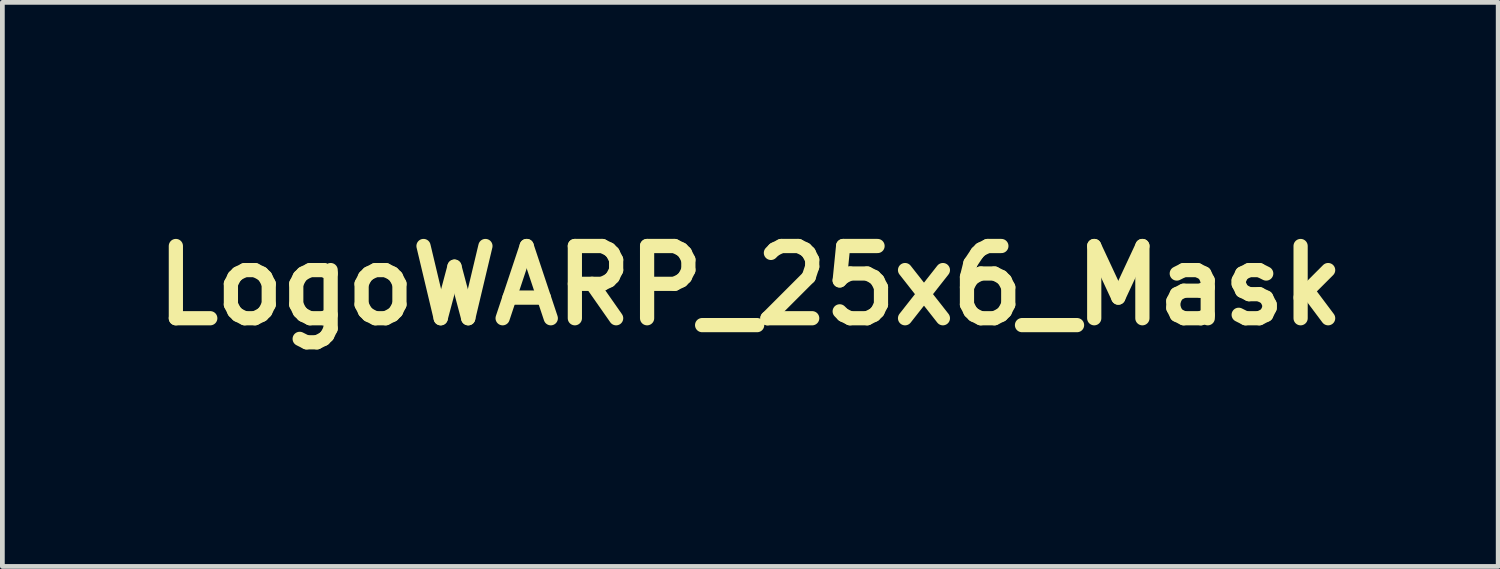
<source format=kicad_pcb>
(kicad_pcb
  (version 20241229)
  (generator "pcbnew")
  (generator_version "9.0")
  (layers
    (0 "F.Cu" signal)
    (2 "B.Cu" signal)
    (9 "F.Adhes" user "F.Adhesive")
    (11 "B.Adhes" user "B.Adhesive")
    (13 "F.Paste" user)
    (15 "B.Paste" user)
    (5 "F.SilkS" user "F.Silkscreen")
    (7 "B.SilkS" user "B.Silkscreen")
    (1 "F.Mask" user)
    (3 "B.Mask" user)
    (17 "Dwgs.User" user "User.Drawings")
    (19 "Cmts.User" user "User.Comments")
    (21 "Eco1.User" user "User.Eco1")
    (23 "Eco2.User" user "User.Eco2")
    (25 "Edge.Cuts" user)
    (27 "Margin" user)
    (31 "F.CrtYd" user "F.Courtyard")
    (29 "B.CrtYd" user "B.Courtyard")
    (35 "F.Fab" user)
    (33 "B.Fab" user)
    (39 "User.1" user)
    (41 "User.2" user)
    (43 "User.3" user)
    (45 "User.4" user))
  (footprint "LogoWARP_25x6_Mask"
    (layer "F.Cu")
    (at 12.78 2.975)
    (property "Reference" "LogoWARP_25x6_Mask" (at 0 0 0) (layer "F.SilkS") (effects (font (size 1.524 1.524) (thickness 0.3))))
    (attr smd)
    (fp_poly (pts (xy -5.426 1.81) (xy -5.413 1.81) (xy -5.37 1.815) (xy -5.347 1.829) (xy -5.346 1.829) (xy -5.344 1.846) (xy -5.341 1.886) (xy -5.339 1.948) (xy -5.337 2.028) (xy -5.336 2.126) (xy -5.335 2.238) (xy -5.334 2.363) (xy -5.334 2.384) (xy -5.334 2.921) (xy -5.512 2.921) (xy -5.512 2.375) (xy -5.512 2.24) (xy -5.512 2.128) (xy -5.512 2.038) (xy -5.51 1.966) (xy -5.508 1.911) (xy -5.504 1.871) (xy -5.498 1.843) (xy -5.49 1.824) (xy -5.479 1.814) (xy -5.465 1.81) (xy -5.447 1.809) (xy -5.426 1.81)) (stroke (width 0.01) (type solid)) (fill yes) (layer "F.Mask"))
    (fp_poly (pts (xy 4.385 1.807) (xy 4.4 1.807) (xy 4.509 1.808) (xy 4.596 1.809) (xy 4.662 1.811) (xy 4.711 1.814) (xy 4.746 1.819) (xy 4.768 1.826) (xy 4.78 1.837) (xy 4.786 1.85) (xy 4.787 1.868) (xy 4.788 1.886) (xy 4.785 1.924) (xy 4.78 1.953) (xy 4.772 1.981) (xy 4.153 1.981) (xy 4.153 2.4) (xy 4.61 2.4) (xy 4.61 2.578) (xy 4.153 2.578) (xy 4.153 2.921) (xy 3.975 2.921) (xy 3.975 1.828) (xy 4.006 1.816) (xy 4.026 1.813) (xy 4.069 1.811) (xy 4.129 1.809) (xy 4.205 1.808) (xy 4.291 1.807) (xy 4.385 1.807)) (stroke (width 0.01) (type solid)) (fill yes) (layer "F.Mask"))
    (fp_poly (pts (xy 5.852 -0.581) (xy 5.896 -0.576) (xy 5.932 -0.567) (xy 5.949 -0.559) (xy 5.952 -0.543) (xy 5.955 -0.506) (xy 5.958 -0.451) (xy 5.961 -0.382) (xy 5.964 -0.302) (xy 5.966 -0.216) (xy 5.967 -0.127) (xy 5.968 -0.039) (xy 5.969 0.045) (xy 5.969 0.121) (xy 5.968 0.184) (xy 5.966 0.232) (xy 5.964 0.26) (xy 5.963 0.263) (xy 5.957 0.278) (xy 5.946 0.287) (xy 5.923 0.291) (xy 5.882 0.292) (xy 5.861 0.292) (xy 5.811 0.291) (xy 5.78 0.287) (xy 5.763 0.279) (xy 5.754 0.268) (xy 5.75 0.247) (xy 5.746 0.203) (xy 5.744 0.136) (xy 5.742 0.048) (xy 5.741 -0.06) (xy 5.74 -0.164) (xy 5.74 -0.571) (xy 5.773 -0.579) (xy 5.808 -0.583) (xy 5.852 -0.581)) (stroke (width 0.01) (type solid)) (fill yes) (layer "F.Mask"))
    (fp_poly (pts (xy -7.032 -2.953) (xy -7.014 -2.944) (xy -7.012 -2.942) (xy -7.01 -2.932) (xy -7.007 -2.908) (xy -7.005 -2.87) (xy -7.004 -2.815) (xy -7.002 -2.743) (xy -7.001 -2.653) (xy -7.001 -2.543) (xy -7 -2.413) (xy -7 -2.262) (xy -7 -2.088) (xy -7 -1.891) (xy -7.001 -1.753) (xy -7.001 -1.554) (xy -7.002 -1.379) (xy -7.002 -1.226) (xy -7.003 -1.094) (xy -7.004 -0.982) (xy -7.005 -0.887) (xy -7.005 -0.808) (xy -7.007 -0.744) (xy -7.008 -0.693) (xy -7.01 -0.653) (xy -7.012 -0.624) (xy -7.014 -0.603) (xy -7.017 -0.589) (xy -7.02 -0.581) (xy -7.023 -0.576) (xy -7.027 -0.574) (xy -7.029 -0.573) (xy -7.055 -0.569) (xy -7.096 -0.568) (xy -7.141 -0.569) (xy -7.226 -0.573) (xy -7.223 -1.763) (xy -7.22 -2.953) (xy -7.123 -2.956) (xy -7.068 -2.957) (xy -7.032 -2.953)) (stroke (width 0.01) (type solid)) (fill yes) (layer "F.Mask"))
    (fp_poly (pts (xy -6.998 1.803) (xy -6.906 1.803) (xy -6.821 1.805) (xy -6.746 1.806) (xy -6.685 1.809) (xy -6.641 1.812) (xy -6.617 1.816) (xy -6.616 1.817) (xy -6.599 1.833) (xy -6.592 1.864) (xy -6.591 1.885) (xy -6.591 1.921) (xy -6.594 1.946) (xy -6.603 1.963) (xy -6.622 1.973) (xy -6.655 1.979) (xy -6.705 1.981) (xy -6.775 1.981) (xy -6.802 1.981) (xy -6.998 1.981) (xy -6.998 2.921) (xy -7.163 2.921) (xy -7.163 1.981) (xy -7.352 1.981) (xy -7.426 1.981) (xy -7.479 1.98) (xy -7.514 1.977) (xy -7.535 1.972) (xy -7.546 1.966) (xy -7.549 1.961) (xy -7.555 1.929) (xy -7.556 1.888) (xy -7.552 1.849) (xy -7.544 1.822) (xy -7.541 1.819) (xy -7.525 1.815) (xy -7.487 1.811) (xy -7.43 1.808) (xy -7.359 1.806) (xy -7.277 1.804) (xy -7.187 1.803) (xy -7.093 1.803) (xy -6.998 1.803)) (stroke (width 0.01) (type solid)) (fill yes) (layer "F.Mask"))
    (fp_poly (pts (xy 0.58 1.803) (xy 0.657 1.805) (xy 0.722 1.807) (xy 0.774 1.81) (xy 0.806 1.814) (xy 0.814 1.817) (xy 0.83 1.832) (xy 0.837 1.86) (xy 0.838 1.89) (xy 0.835 1.929) (xy 0.828 1.959) (xy 0.823 1.966) (xy 0.809 1.971) (xy 0.778 1.975) (xy 0.729 1.978) (xy 0.658 1.98) (xy 0.566 1.981) (xy 0.505 1.981) (xy 0.203 1.981) (xy 0.203 2.4) (xy 0.66 2.4) (xy 0.66 2.565) (xy 0.464 2.565) (xy 0.394 2.566) (xy 0.33 2.568) (xy 0.278 2.572) (xy 0.244 2.576) (xy 0.236 2.578) (xy 0.218 2.586) (xy 0.208 2.6) (xy 0.204 2.625) (xy 0.203 2.668) (xy 0.203 2.673) (xy 0.203 2.756) (xy 0.826 2.756) (xy 0.826 2.921) (xy 0.029 2.921) (xy 0.035 2.378) (xy 0.036 2.245) (xy 0.038 2.135) (xy 0.04 2.046) (xy 0.041 1.975) (xy 0.043 1.921) (xy 0.046 1.881) (xy 0.049 1.853) (xy 0.052 1.835) (xy 0.057 1.824) (xy 0.061 1.819) (xy 0.079 1.815) (xy 0.119 1.811) (xy 0.176 1.808) (xy 0.246 1.805) (xy 0.326 1.804) (xy 0.41 1.803) (xy 0.497 1.803) (xy 0.58 1.803)) (stroke (width 0.01) (type solid)) (fill yes) (layer "F.Mask"))
    (fp_poly (pts (xy -9.812 -2.957) (xy -9.768 -2.951) (xy -9.734 -2.941) (xy -9.723 -2.935) (xy -9.72 -2.93) (xy -9.717 -2.922) (xy -9.714 -2.907) (xy -9.712 -2.886) (xy -9.71 -2.856) (xy -9.708 -2.816) (xy -9.707 -2.765) (xy -9.706 -2.7) (xy -9.705 -2.62) (xy -9.705 -2.525) (xy -9.705 -2.411) (xy -9.705 -2.279) (xy -9.705 -2.125) (xy -9.705 -1.949) (xy -9.706 -1.749) (xy -9.706 -1.748) (xy -9.709 -0.578) (xy -9.798 -0.575) (xy -9.845 -0.575) (xy -9.884 -0.578) (xy -9.906 -0.584) (xy -9.906 -0.584) (xy -9.909 -0.588) (xy -9.912 -0.598) (xy -9.915 -0.615) (xy -9.917 -0.64) (xy -9.919 -0.676) (xy -9.921 -0.723) (xy -9.922 -0.782) (xy -9.923 -0.857) (xy -9.924 -0.947) (xy -9.925 -1.054) (xy -9.926 -1.181) (xy -9.927 -1.327) (xy -9.928 -1.496) (xy -9.928 -1.688) (xy -9.928 -1.76) (xy -9.929 -1.968) (xy -9.929 -2.152) (xy -9.929 -2.314) (xy -9.929 -2.453) (xy -9.929 -2.572) (xy -9.928 -2.672) (xy -9.927 -2.754) (xy -9.926 -2.82) (xy -9.924 -2.87) (xy -9.922 -2.907) (xy -9.92 -2.93) (xy -9.917 -2.942) (xy -9.916 -2.943) (xy -9.895 -2.953) (xy -9.857 -2.957) (xy -9.812 -2.957)) (stroke (width 0.01) (type solid)) (fill yes) (layer "F.Mask"))
    (fp_poly (pts (xy 9.95 -2.959) (xy 10.251 -2.959) (xy 10.529 -2.959) (xy 10.783 -2.959) (xy 11.016 -2.958) (xy 11.227 -2.958) (xy 11.418 -2.958) (xy 11.59 -2.957) (xy 11.743 -2.956) (xy 11.878 -2.956) (xy 11.997 -2.955) (xy 12.099 -2.954) (xy 12.186 -2.953) (xy 12.258 -2.952) (xy 12.317 -2.951) (xy 12.363 -2.949) (xy 12.398 -2.948) (xy 12.421 -2.946) (xy 12.434 -2.944) (xy 12.437 -2.943) (xy 12.442 -2.939) (xy 12.445 -2.931) (xy 12.448 -2.917) (xy 12.451 -2.897) (xy 12.453 -2.867) (xy 12.454 -2.827) (xy 12.456 -2.774) (xy 12.456 -2.707) (xy 12.457 -2.624) (xy 12.457 -2.523) (xy 12.457 -2.401) (xy 12.456 -2.259) (xy 12.456 -2.092) (xy 12.456 -2.076) (xy 12.452 -1.226) (xy 7.055 -1.213) (xy 7.055 -0.476) (xy 7.055 -0.342) (xy 7.054 -0.214) (xy 7.053 -0.097) (xy 7.052 0.009) (xy 7.051 0.1) (xy 7.05 0.175) (xy 7.048 0.231) (xy 7.046 0.265) (xy 7.045 0.276) (xy 7.025 0.286) (xy 6.98 0.291) (xy 6.933 0.292) (xy 6.833 0.292) (xy 6.833 -1.448) (xy 12.217 -1.448) (xy 12.217 -2.731) (xy 6.833 -2.731) (xy 6.833 -2.959) (xy 9.624 -2.959) (xy 9.95 -2.959)) (stroke (width 0.01) (type solid)) (fill yes) (layer "F.Mask"))
    (fp_poly (pts (xy -3.175 1.809) (xy -3.175 2.365) (xy -3.175 2.516) (xy -3.176 2.642) (xy -3.177 2.744) (xy -3.179 2.822) (xy -3.182 2.877) (xy -3.185 2.91) (xy -3.188 2.921) (xy -3.188 2.921) (xy -3.2 2.912) (xy -3.228 2.888) (xy -3.27 2.85) (xy -3.325 2.799) (xy -3.389 2.739) (xy -3.462 2.67) (xy -3.541 2.594) (xy -3.571 2.565) (xy -3.651 2.488) (xy -3.726 2.416) (xy -3.794 2.353) (xy -3.852 2.298) (xy -3.898 2.255) (xy -3.931 2.226) (xy -3.949 2.211) (xy -3.951 2.21) (xy -3.954 2.222) (xy -3.957 2.257) (xy -3.959 2.312) (xy -3.961 2.385) (xy -3.962 2.472) (xy -3.962 2.565) (xy -3.962 2.921) (xy -4.128 2.921) (xy -4.128 2.376) (xy -4.127 2.26) (xy -4.127 2.153) (xy -4.126 2.057) (xy -4.124 1.974) (xy -4.123 1.906) (xy -4.121 1.857) (xy -4.119 1.83) (xy -4.118 1.825) (xy -4.107 1.832) (xy -4.08 1.855) (xy -4.038 1.892) (xy -3.984 1.941) (xy -3.92 2.001) (xy -3.847 2.069) (xy -3.767 2.145) (xy -3.727 2.182) (xy -3.346 2.546) (xy -3.343 2.192) (xy -3.342 2.079) (xy -3.339 1.985) (xy -3.336 1.911) (xy -3.333 1.857) (xy -3.329 1.827) (xy -3.326 1.821) (xy -3.305 1.812) (xy -3.265 1.807) (xy -3.244 1.807) (xy -3.175 1.809)) (stroke (width 0.01) (type solid)) (fill yes) (layer "F.Mask"))
    (fp_poly (pts (xy 12.317 1.805) (xy 12.411 1.806) (xy 12.488 1.808) (xy 12.545 1.811) (xy 12.579 1.815) (xy 12.588 1.817) (xy 12.602 1.829) (xy 12.609 1.85) (xy 12.609 1.886) (xy 12.609 1.903) (xy 12.605 1.975) (xy 12.297 1.978) (xy 11.989 1.982) (xy 11.989 2.4) (xy 12.197 2.4) (xy 12.269 2.401) (xy 12.332 2.402) (xy 12.383 2.404) (xy 12.416 2.406) (xy 12.426 2.408) (xy 12.438 2.419) (xy 12.444 2.444) (xy 12.446 2.488) (xy 12.446 2.497) (xy 12.446 2.578) (xy 12.226 2.578) (xy 12.135 2.579) (xy 12.067 2.581) (xy 12.022 2.585) (xy 11.996 2.59) (xy 11.991 2.593) (xy 11.983 2.614) (xy 11.977 2.65) (xy 11.976 2.682) (xy 11.976 2.756) (xy 12.274 2.756) (xy 12.359 2.756) (xy 12.436 2.757) (xy 12.502 2.758) (xy 12.552 2.76) (xy 12.583 2.762) (xy 12.591 2.764) (xy 12.603 2.775) (xy 12.609 2.802) (xy 12.611 2.846) (xy 12.611 2.921) (xy 11.798 2.921) (xy 11.798 2.388) (xy 11.798 2.257) (xy 11.799 2.15) (xy 11.799 2.063) (xy 11.8 1.994) (xy 11.801 1.942) (xy 11.803 1.903) (xy 11.806 1.875) (xy 11.809 1.856) (xy 11.813 1.843) (xy 11.818 1.835) (xy 11.823 1.829) (xy 11.832 1.822) (xy 11.843 1.816) (xy 11.86 1.812) (xy 11.885 1.809) (xy 11.922 1.807) (xy 11.974 1.805) (xy 12.043 1.805) (xy 12.132 1.804) (xy 12.206 1.804) (xy 12.317 1.805)) (stroke (width 0.01) (type solid)) (fill yes) (layer "F.Mask"))
    (fp_poly (pts (xy 6.285 1.818) (xy 6.394 1.833) (xy 6.49 1.867) (xy 6.579 1.923) (xy 6.643 1.98) (xy 6.716 2.065) (xy 6.765 2.152) (xy 6.794 2.249) (xy 6.805 2.343) (xy 6.798 2.466) (xy 6.769 2.579) (xy 6.718 2.68) (xy 6.645 2.767) (xy 6.551 2.841) (xy 6.475 2.883) (xy 6.438 2.9) (xy 6.406 2.91) (xy 6.373 2.917) (xy 6.331 2.92) (xy 6.273 2.921) (xy 6.247 2.921) (xy 6.183 2.921) (xy 6.137 2.919) (xy 6.102 2.914) (xy 6.072 2.905) (xy 6.038 2.89) (xy 6.012 2.877) (xy 5.909 2.813) (xy 5.826 2.735) (xy 5.761 2.644) (xy 5.717 2.546) (xy 5.693 2.441) (xy 5.692 2.392) (xy 5.87 2.392) (xy 5.884 2.487) (xy 5.918 2.57) (xy 5.974 2.644) (xy 5.983 2.653) (xy 6.053 2.705) (xy 6.136 2.74) (xy 6.226 2.755) (xy 6.319 2.75) (xy 6.391 2.731) (xy 6.472 2.69) (xy 6.536 2.633) (xy 6.587 2.557) (xy 6.592 2.548) (xy 6.624 2.456) (xy 6.633 2.361) (xy 6.62 2.268) (xy 6.585 2.181) (xy 6.539 2.116) (xy 6.468 2.053) (xy 6.386 2.011) (xy 6.298 1.99) (xy 6.207 1.989) (xy 6.118 2.01) (xy 6.034 2.052) (xy 5.975 2.101) (xy 5.92 2.167) (xy 5.886 2.237) (xy 5.87 2.317) (xy 5.87 2.392) (xy 5.692 2.392) (xy 5.69 2.334) (xy 5.709 2.227) (xy 5.75 2.122) (xy 5.813 2.024) (xy 5.842 1.99) (xy 5.928 1.914) (xy 6.027 1.859) (xy 6.137 1.827) (xy 6.259 1.818) (xy 6.285 1.818)) (stroke (width 0.01) (type solid)) (fill yes) (layer "F.Mask"))
    (fp_poly (pts (xy -9.755 1.805) (xy -9.741 1.81) (xy -9.741 1.811) (xy -9.747 1.823) (xy -9.766 1.854) (xy -9.794 1.901) (xy -9.831 1.961) (xy -9.874 2.032) (xy -9.923 2.11) (xy -9.936 2.131) (xy -9.987 2.214) (xy -10.035 2.291) (xy -10.078 2.36) (xy -10.113 2.418) (xy -10.139 2.461) (xy -10.154 2.487) (xy -10.155 2.489) (xy -10.164 2.512) (xy -10.171 2.542) (xy -10.177 2.584) (xy -10.18 2.641) (xy -10.183 2.719) (xy -10.183 2.727) (xy -10.188 2.921) (xy -10.36 2.921) (xy -10.359 2.74) (xy -10.359 2.661) (xy -10.362 2.603) (xy -10.366 2.56) (xy -10.373 2.529) (xy -10.38 2.511) (xy -10.392 2.487) (xy -10.416 2.445) (xy -10.449 2.389) (xy -10.489 2.321) (xy -10.536 2.245) (xy -10.583 2.168) (xy -10.643 2.072) (xy -10.69 1.995) (xy -10.727 1.935) (xy -10.754 1.89) (xy -10.773 1.858) (xy -10.785 1.835) (xy -10.792 1.821) (xy -10.795 1.812) (xy -10.795 1.809) (xy -10.783 1.805) (xy -10.753 1.804) (xy -10.71 1.806) (xy -10.704 1.807) (xy -10.65 1.812) (xy -10.616 1.821) (xy -10.596 1.834) (xy -10.593 1.838) (xy -10.58 1.856) (xy -10.557 1.892) (xy -10.525 1.942) (xy -10.486 2.004) (xy -10.443 2.073) (xy -10.427 2.099) (xy -10.384 2.168) (xy -10.345 2.229) (xy -10.313 2.279) (xy -10.29 2.316) (xy -10.276 2.334) (xy -10.274 2.336) (xy -10.266 2.326) (xy -10.246 2.297) (xy -10.217 2.253) (xy -10.18 2.196) (xy -10.137 2.129) (xy -10.105 2.078) (xy -9.942 1.819) (xy -9.884 1.811) (xy -9.833 1.806) (xy -9.788 1.804) (xy -9.755 1.805)) (stroke (width 0.01) (type solid)) (fill yes) (layer "F.Mask"))
    (fp_poly (pts (xy 4.869 -2.957) (xy 5.034 -2.957) (xy 5.181 -2.957) (xy 5.312 -2.956) (xy 5.427 -2.956) (xy 5.528 -2.955) (xy 5.615 -2.954) (xy 5.689 -2.954) (xy 5.752 -2.953) (xy 5.804 -2.952) (xy 5.846 -2.95) (xy 5.879 -2.949) (xy 5.905 -2.947) (xy 5.924 -2.946) (xy 5.937 -2.944) (xy 5.945 -2.942) (xy 5.949 -2.939) (xy 5.949 -2.939) (xy 5.953 -2.933) (xy 5.956 -2.922) (xy 5.959 -2.904) (xy 5.962 -2.878) (xy 5.964 -2.842) (xy 5.965 -2.794) (xy 5.967 -2.731) (xy 5.968 -2.653) (xy 5.968 -2.558) (xy 5.969 -2.443) (xy 5.969 -2.307) (xy 5.969 -2.148) (xy 5.969 -2.089) (xy 5.969 -1.946) (xy 5.969 -1.81) (xy 5.968 -1.683) (xy 5.967 -1.568) (xy 5.966 -1.467) (xy 5.965 -1.381) (xy 5.964 -1.314) (xy 5.963 -1.267) (xy 5.962 -1.242) (xy 5.961 -1.239) (xy 5.959 -1.237) (xy 5.953 -1.235) (xy 5.941 -1.233) (xy 5.925 -1.231) (xy 5.901 -1.229) (xy 5.869 -1.228) (xy 5.829 -1.227) (xy 5.779 -1.226) (xy 5.719 -1.224) (xy 5.646 -1.224) (xy 5.561 -1.223) (xy 5.462 -1.222) (xy 5.349 -1.221) (xy 5.22 -1.221) (xy 5.074 -1.22) (xy 4.91 -1.22) (xy 4.728 -1.22) (xy 4.526 -1.22) (xy 4.303 -1.219) (xy 4.059 -1.219) (xy 3.792 -1.219) (xy 3.502 -1.219) (xy 3.256 -1.219) (xy 0.559 -1.219) (xy 0.559 0.292) (xy 0.343 0.292) (xy 0.346 -0.575) (xy 0.349 -1.441) (xy 3.038 -1.445) (xy 5.728 -1.448) (xy 5.728 -2.718) (xy 0.349 -2.724) (xy 0.349 -2.953) (xy 3.139 -2.956) (xy 3.455 -2.956) (xy 3.746 -2.957) (xy 4.013 -2.957) (xy 4.258 -2.957) (xy 4.482 -2.957) (xy 4.685 -2.957) (xy 4.869 -2.957)) (stroke (width 0.01) (type solid)) (fill yes) (layer "F.Mask"))
    (fp_poly (pts (xy -1.858 1.81) (xy -1.827 1.821) (xy -1.822 1.825) (xy -1.815 1.837) (xy -1.81 1.859) (xy -1.806 1.895) (xy -1.804 1.948) (xy -1.803 2.022) (xy -1.803 2.06) (xy -1.803 2.276) (xy -1.725 2.208) (xy -1.688 2.174) (xy -1.64 2.126) (xy -1.586 2.07) (xy -1.53 2.011) (xy -1.507 1.985) (xy -1.44 1.913) (xy -1.388 1.861) (xy -1.349 1.829) (xy -1.328 1.818) (xy -1.301 1.812) (xy -1.262 1.809) (xy -1.218 1.807) (xy -1.176 1.807) (xy -1.145 1.809) (xy -1.131 1.813) (xy -1.13 1.813) (xy -1.136 1.824) (xy -1.155 1.847) (xy -1.187 1.884) (xy -1.234 1.936) (xy -1.297 2.004) (xy -1.354 2.067) (xy -1.413 2.131) (xy -1.455 2.18) (xy -1.482 2.219) (xy -1.496 2.25) (xy -1.498 2.277) (xy -1.489 2.304) (xy -1.471 2.333) (xy -1.469 2.337) (xy -1.454 2.36) (xy -1.428 2.4) (xy -1.394 2.453) (xy -1.354 2.517) (xy -1.31 2.586) (xy -1.266 2.658) (xy -1.223 2.727) (xy -1.183 2.79) (xy -1.151 2.843) (xy -1.132 2.873) (xy -1.103 2.921) (xy -1.209 2.921) (xy -1.314 2.92) (xy -1.413 2.752) (xy -1.454 2.683) (xy -1.497 2.612) (xy -1.537 2.547) (xy -1.57 2.494) (xy -1.576 2.484) (xy -1.64 2.384) (xy -1.711 2.452) (xy -1.751 2.494) (xy -1.779 2.53) (xy -1.798 2.567) (xy -1.809 2.611) (xy -1.814 2.667) (xy -1.816 2.742) (xy -1.816 2.762) (xy -1.816 2.921) (xy -1.981 2.921) (xy -1.981 2.376) (xy -1.981 2.238) (xy -1.981 2.124) (xy -1.98 2.031) (xy -1.978 1.957) (xy -1.976 1.901) (xy -1.974 1.862) (xy -1.971 1.836) (xy -1.967 1.822) (xy -1.965 1.818) (xy -1.938 1.809) (xy -1.899 1.806) (xy -1.858 1.81)) (stroke (width 0.01) (type solid)) (fill yes) (layer "F.Mask"))
    (fp_poly (pts (xy 8.004 1.811) (xy 8.088 1.813) (xy 8.129 1.815) (xy 8.213 1.819) (xy 8.276 1.822) (xy 8.322 1.826) (xy 8.357 1.832) (xy 8.384 1.839) (xy 8.408 1.848) (xy 8.428 1.858) (xy 8.509 1.912) (xy 8.573 1.981) (xy 8.617 2.06) (xy 8.642 2.145) (xy 8.647 2.234) (xy 8.633 2.323) (xy 8.598 2.407) (xy 8.543 2.483) (xy 8.488 2.533) (xy 8.435 2.574) (xy 8.541 2.744) (xy 8.648 2.915) (xy 8.55 2.918) (xy 8.506 2.92) (xy 8.473 2.918) (xy 8.449 2.908) (xy 8.428 2.889) (xy 8.405 2.856) (xy 8.376 2.805) (xy 8.361 2.777) (xy 8.315 2.704) (xy 8.269 2.653) (xy 8.22 2.622) (xy 8.174 2.609) (xy 8.122 2.606) (xy 8.076 2.611) (xy 8.042 2.622) (xy 8.031 2.632) (xy 8.028 2.65) (xy 8.025 2.687) (xy 8.025 2.738) (xy 8.025 2.784) (xy 8.028 2.921) (xy 7.849 2.921) (xy 7.849 2.438) (xy 8.026 2.438) (xy 8.167 2.438) (xy 8.234 2.438) (xy 8.282 2.434) (xy 8.318 2.428) (xy 8.346 2.418) (xy 8.356 2.413) (xy 8.412 2.371) (xy 8.451 2.315) (xy 8.472 2.248) (xy 8.473 2.178) (xy 8.452 2.109) (xy 8.448 2.1) (xy 8.416 2.06) (xy 8.369 2.023) (xy 8.318 1.997) (xy 8.309 1.994) (xy 8.274 1.988) (xy 8.224 1.984) (xy 8.166 1.981) (xy 8.144 1.981) (xy 8.026 1.981) (xy 8.026 2.438) (xy 7.849 2.438) (xy 7.849 2.375) (xy 7.849 2.243) (xy 7.849 2.134) (xy 7.849 2.046) (xy 7.85 1.976) (xy 7.851 1.922) (xy 7.853 1.883) (xy 7.856 1.855) (xy 7.859 1.837) (xy 7.863 1.826) (xy 7.868 1.82) (xy 7.871 1.817) (xy 7.893 1.813) (xy 7.938 1.811) (xy 8.004 1.811)) (stroke (width 0.01) (type solid)) (fill yes) (layer "F.Mask"))
    (fp_poly (pts (xy 2.253 1.813) (xy 2.293 1.815) (xy 2.378 1.819) (xy 2.443 1.823) (xy 2.491 1.827) (xy 2.527 1.834) (xy 2.557 1.842) (xy 2.583 1.852) (xy 2.584 1.852) (xy 2.66 1.898) (xy 2.726 1.961) (xy 2.776 2.034) (xy 2.783 2.05) (xy 2.806 2.123) (xy 2.814 2.206) (xy 2.809 2.289) (xy 2.79 2.362) (xy 2.783 2.379) (xy 2.744 2.442) (xy 2.693 2.502) (xy 2.638 2.551) (xy 2.631 2.555) (xy 2.602 2.575) (xy 2.711 2.743) (xy 2.748 2.8) (xy 2.779 2.85) (xy 2.803 2.888) (xy 2.817 2.911) (xy 2.819 2.915) (xy 2.808 2.918) (xy 2.776 2.92) (xy 2.732 2.921) (xy 2.713 2.921) (xy 2.607 2.921) (xy 2.551 2.817) (xy 2.506 2.738) (xy 2.464 2.68) (xy 2.422 2.641) (xy 2.379 2.618) (xy 2.344 2.609) (xy 2.296 2.606) (xy 2.25 2.609) (xy 2.236 2.611) (xy 2.191 2.623) (xy 2.187 2.772) (xy 2.184 2.921) (xy 2.019 2.921) (xy 2.019 2.438) (xy 2.184 2.438) (xy 2.331 2.438) (xy 2.399 2.438) (xy 2.448 2.435) (xy 2.484 2.429) (xy 2.512 2.42) (xy 2.527 2.413) (xy 2.585 2.371) (xy 2.624 2.315) (xy 2.645 2.251) (xy 2.645 2.184) (xy 2.624 2.118) (xy 2.582 2.059) (xy 2.58 2.056) (xy 2.539 2.022) (xy 2.492 2) (xy 2.434 1.988) (xy 2.359 1.983) (xy 2.308 1.984) (xy 2.191 1.988) (xy 2.187 2.213) (xy 2.184 2.438) (xy 2.019 2.438) (xy 2.019 2.375) (xy 2.019 2.243) (xy 2.02 2.134) (xy 2.02 2.046) (xy 2.021 1.976) (xy 2.022 1.922) (xy 2.024 1.883) (xy 2.026 1.855) (xy 2.03 1.837) (xy 2.034 1.826) (xy 2.039 1.82) (xy 2.042 1.818) (xy 2.064 1.813) (xy 2.108 1.811) (xy 2.172 1.811) (xy 2.253 1.813)) (stroke (width 0.01) (type solid)) (fill yes) (layer "F.Mask"))
    (fp_poly (pts (xy 10.297 1.821) (xy 10.404 1.843) (xy 10.505 1.884) (xy 10.598 1.946) (xy 10.643 1.988) (xy 10.687 2.034) (xy 10.63 2.084) (xy 10.598 2.11) (xy 10.572 2.128) (xy 10.562 2.134) (xy 10.547 2.126) (xy 10.52 2.105) (xy 10.5 2.088) (xy 10.421 2.032) (xy 10.333 1.998) (xy 10.24 1.987) (xy 10.147 1.997) (xy 10.087 2.018) (xy 10.017 2.06) (xy 9.955 2.119) (xy 9.904 2.187) (xy 9.873 2.258) (xy 9.856 2.356) (xy 9.863 2.451) (xy 9.892 2.538) (xy 9.941 2.616) (xy 10.009 2.68) (xy 10.094 2.728) (xy 10.158 2.75) (xy 10.247 2.761) (xy 10.337 2.747) (xy 10.428 2.709) (xy 10.429 2.709) (xy 10.476 2.679) (xy 10.501 2.647) (xy 10.509 2.609) (xy 10.506 2.581) (xy 10.5 2.54) (xy 10.374 2.54) (xy 10.316 2.54) (xy 10.279 2.538) (xy 10.257 2.534) (xy 10.245 2.526) (xy 10.238 2.513) (xy 10.238 2.511) (xy 10.233 2.481) (xy 10.233 2.44) (xy 10.235 2.426) (xy 10.243 2.369) (xy 10.446 2.365) (xy 10.516 2.365) (xy 10.577 2.366) (xy 10.626 2.367) (xy 10.656 2.37) (xy 10.664 2.372) (xy 10.672 2.39) (xy 10.678 2.434) (xy 10.682 2.502) (xy 10.683 2.541) (xy 10.683 2.621) (xy 10.678 2.683) (xy 10.664 2.731) (xy 10.638 2.77) (xy 10.598 2.804) (xy 10.54 2.839) (xy 10.468 2.876) (xy 10.427 2.895) (xy 10.394 2.908) (xy 10.363 2.916) (xy 10.324 2.92) (xy 10.273 2.921) (xy 10.233 2.921) (xy 10.169 2.92) (xy 10.123 2.918) (xy 10.088 2.912) (xy 10.057 2.902) (xy 10.022 2.887) (xy 10.01 2.881) (xy 9.94 2.839) (xy 9.871 2.784) (xy 9.808 2.72) (xy 9.758 2.655) (xy 9.735 2.614) (xy 9.7 2.508) (xy 9.686 2.395) (xy 9.694 2.281) (xy 9.723 2.171) (xy 9.771 2.069) (xy 9.812 2.01) (xy 9.891 1.933) (xy 9.983 1.875) (xy 10.083 1.838) (xy 10.189 1.819) (xy 10.297 1.821)) (stroke (width 0.01) (type solid)) (fill yes) (layer "F.Mask"))
    (fp_poly (pts (xy -11.957 1.848) (xy -11.88 1.9) (xy -11.824 1.966) (xy -11.789 2.046) (xy -11.785 2.063) (xy -11.777 2.101) (xy -11.776 2.133) (xy -11.78 2.17) (xy -11.791 2.218) (xy -11.797 2.24) (xy -11.825 2.347) (xy -11.792 2.38) (xy -11.768 2.411) (xy -11.742 2.453) (xy -11.728 2.48) (xy -11.702 2.564) (xy -11.7 2.647) (xy -11.721 2.728) (xy -11.764 2.802) (xy -11.829 2.866) (xy -11.863 2.89) (xy -11.878 2.899) (xy -11.892 2.906) (xy -11.909 2.911) (xy -11.932 2.915) (xy -11.963 2.918) (xy -12.007 2.92) (xy -12.066 2.92) (xy -12.143 2.921) (xy -12.24 2.921) (xy -12.287 2.921) (xy -12.662 2.921) (xy -12.66 2.617) (xy -12.484 2.617) (xy -12.484 2.756) (xy -12.229 2.756) (xy -12.135 2.755) (xy -12.063 2.754) (xy -12.01 2.751) (xy -11.973 2.747) (xy -11.948 2.741) (xy -11.94 2.738) (xy -11.904 2.706) (xy -11.882 2.66) (xy -11.875 2.608) (xy -11.882 2.554) (xy -11.904 2.508) (xy -11.941 2.474) (xy -11.941 2.474) (xy -11.962 2.469) (xy -12.004 2.465) (xy -12.06 2.462) (xy -12.127 2.46) (xy -12.199 2.458) (xy -12.272 2.458) (xy -12.339 2.458) (xy -12.398 2.46) (xy -12.442 2.463) (xy -12.466 2.467) (xy -12.468 2.468) (xy -12.476 2.484) (xy -12.481 2.519) (xy -12.484 2.577) (xy -12.484 2.617) (xy -12.66 2.617) (xy -12.659 2.365) (xy -12.658 2.141) (xy -12.484 2.141) (xy -12.484 2.286) (xy -12.274 2.286) (xy -12.189 2.285) (xy -12.126 2.284) (xy -12.08 2.28) (xy -12.049 2.275) (xy -12.027 2.267) (xy -12.026 2.267) (xy -11.985 2.233) (xy -11.96 2.187) (xy -11.952 2.136) (xy -11.959 2.085) (xy -11.983 2.039) (xy -12.021 2.006) (xy -12.048 1.995) (xy -12.078 1.99) (xy -12.125 1.986) (xy -12.185 1.984) (xy -12.25 1.982) (xy -12.316 1.981) (xy -12.377 1.982) (xy -12.426 1.984) (xy -12.458 1.987) (xy -12.464 1.989) (xy -12.473 1.996) (xy -12.479 2.013) (xy -12.482 2.044) (xy -12.484 2.092) (xy -12.484 2.141) (xy -12.658 2.141) (xy -12.656 1.81) (xy -12.031 1.81) (xy -11.957 1.848)) (stroke (width 0.01) (type solid)) (fill yes) (layer "F.Mask"))
    (fp_poly (pts (xy -12.514 -2.969) (xy -12.506 -2.969) (xy -12.414 -2.965) (xy -12.411 -1.451) (xy -12.408 0.064) (xy -9.718 0.064) (xy -9.395 0.064) (xy -9.097 0.064) (xy -8.822 0.064) (xy -8.57 0.064) (xy -8.341 0.064) (xy -8.133 0.065) (xy -7.946 0.065) (xy -7.778 0.066) (xy -7.629 0.067) (xy -7.499 0.067) (xy -7.386 0.068) (xy -7.29 0.069) (xy -7.209 0.07) (xy -7.144 0.072) (xy -7.092 0.073) (xy -7.054 0.074) (xy -7.029 0.076) (xy -7.016 0.078) (xy -7.013 0.079) (xy -7.004 0.1) (xy -6.999 0.138) (xy -6.998 0.184) (xy -7.001 0.227) (xy -7.008 0.261) (xy -7.011 0.268) (xy -7.013 0.27) (xy -7.016 0.273) (xy -7.021 0.275) (xy -7.03 0.277) (xy -7.043 0.279) (xy -7.061 0.281) (xy -7.086 0.283) (xy -7.117 0.284) (xy -7.157 0.285) (xy -7.207 0.287) (xy -7.266 0.288) (xy -7.337 0.288) (xy -7.42 0.289) (xy -7.516 0.29) (xy -7.626 0.29) (xy -7.752 0.291) (xy -7.893 0.291) (xy -8.052 0.291) (xy -8.229 0.292) (xy -8.426 0.292) (xy -8.642 0.292) (xy -8.88 0.292) (xy -9.139 0.292) (xy -9.422 0.292) (xy -9.729 0.292) (xy -9.818 0.292) (xy -10.132 0.292) (xy -10.422 0.292) (xy -10.688 0.292) (xy -10.932 0.292) (xy -11.155 0.292) (xy -11.357 0.292) (xy -11.54 0.291) (xy -11.704 0.291) (xy -11.85 0.291) (xy -11.98 0.29) (xy -12.095 0.29) (xy -12.195 0.289) (xy -12.281 0.288) (xy -12.355 0.287) (xy -12.418 0.286) (xy -12.469 0.285) (xy -12.512 0.284) (xy -12.545 0.283) (xy -12.571 0.281) (xy -12.59 0.279) (xy -12.604 0.277) (xy -12.613 0.275) (xy -12.618 0.273) (xy -12.621 0.271) (xy -12.621 0.27) (xy -12.623 0.253) (xy -12.624 0.213) (xy -12.626 0.151) (xy -12.627 0.07) (xy -12.628 -0.03) (xy -12.628 -0.145) (xy -12.629 -0.275) (xy -12.629 -0.416) (xy -12.63 -0.568) (xy -12.63 -0.729) (xy -12.63 -0.896) (xy -12.629 -1.068) (xy -12.629 -1.243) (xy -12.628 -1.419) (xy -12.628 -1.593) (xy -12.627 -1.766) (xy -12.626 -1.933) (xy -12.625 -2.094) (xy -12.624 -2.247) (xy -12.623 -2.39) (xy -12.622 -2.52) (xy -12.62 -2.637) (xy -12.619 -2.738) (xy -12.617 -2.821) (xy -12.615 -2.884) (xy -12.614 -2.926) (xy -12.612 -2.945) (xy -12.612 -2.945) (xy -12.601 -2.96) (xy -12.586 -2.968) (xy -12.559 -2.97) (xy -12.514 -2.969)) (stroke (width 0.01) (type solid)) (fill yes) (layer "F.Mask"))
    (fp_poly (pts (xy -2.216 -2.958) (xy -2.005 -2.957) (xy -1.803 -2.957) (xy -1.611 -2.957) (xy -1.43 -2.956) (xy -1.261 -2.956) (xy -1.107 -2.955) (xy -0.967 -2.954) (xy -0.845 -2.953) (xy -0.741 -2.952) (xy -0.656 -2.951) (xy -0.592 -2.949) (xy -0.551 -2.948) (xy -0.533 -2.946) (xy -0.533 -2.946) (xy -0.529 -2.944) (xy -0.526 -2.94) (xy -0.523 -2.933) (xy -0.52 -2.922) (xy -0.518 -2.906) (xy -0.516 -2.883) (xy -0.515 -2.852) (xy -0.513 -2.812) (xy -0.512 -2.761) (xy -0.511 -2.698) (xy -0.511 -2.622) (xy -0.51 -2.531) (xy -0.51 -2.424) (xy -0.51 -2.3) (xy -0.51 -2.157) (xy -0.51 -1.994) (xy -0.51 -1.81) (xy -0.511 -1.604) (xy -0.511 -1.374) (xy -0.511 -1.324) (xy -0.514 0.286) (xy -0.609 0.29) (xy -0.661 0.291) (xy -0.692 0.288) (xy -0.711 0.28) (xy -0.72 0.271) (xy -0.724 0.261) (xy -0.727 0.24) (xy -0.73 0.207) (xy -0.732 0.159) (xy -0.733 0.095) (xy -0.735 0.015) (xy -0.736 -0.086) (xy -0.736 -0.206) (xy -0.737 -0.35) (xy -0.737 -0.479) (xy -0.737 -1.206) (xy -5.918 -1.206) (xy -5.918 0.292) (xy -6.017 0.292) (xy -6.073 0.29) (xy -6.113 0.284) (xy -6.132 0.277) (xy -6.135 0.267) (xy -6.138 0.245) (xy -6.14 0.208) (xy -6.142 0.156) (xy -6.143 0.086) (xy -6.145 -0.002) (xy -6.146 -0.11) (xy -6.146 -0.239) (xy -6.147 -0.391) (xy -6.147 -0.567) (xy -6.147 -0.573) (xy -6.147 -0.741) (xy -6.147 -0.885) (xy -6.146 -1.007) (xy -6.146 -1.109) (xy -6.145 -1.194) (xy -6.144 -1.261) (xy -6.142 -1.315) (xy -6.14 -1.355) (xy -6.138 -1.385) (xy -6.135 -1.405) (xy -6.132 -1.418) (xy -6.128 -1.426) (xy -6.127 -1.428) (xy -6.123 -1.43) (xy -6.115 -1.432) (xy -6.102 -1.434) (xy -6.084 -1.436) (xy -6.058 -1.438) (xy -6.025 -1.439) (xy -5.983 -1.44) (xy -5.931 -1.442) (xy -5.868 -1.443) (xy -5.793 -1.444) (xy -5.705 -1.444) (xy -5.604 -1.445) (xy -5.487 -1.446) (xy -5.355 -1.446) (xy -5.206 -1.447) (xy -5.04 -1.447) (xy -4.854 -1.447) (xy -4.649 -1.447) (xy -4.422 -1.448) (xy -4.174 -1.448) (xy -3.903 -1.448) (xy -3.609 -1.448) (xy -3.422 -1.448) (xy -0.736 -1.448) (xy -0.74 -2.086) (xy -0.743 -2.724) (xy -3.438 -2.727) (xy -6.134 -2.731) (xy -6.142 -2.763) (xy -6.146 -2.799) (xy -6.145 -2.844) (xy -6.139 -2.889) (xy -6.13 -2.924) (xy -6.123 -2.938) (xy -6.108 -2.939) (xy -6.07 -2.941) (xy -6.01 -2.942) (xy -5.928 -2.944) (xy -5.826 -2.945) (xy -5.706 -2.947) (xy -5.569 -2.948) (xy -5.416 -2.949) (xy -5.249 -2.95) (xy -5.07 -2.951) (xy -4.879 -2.952) (xy -4.678 -2.953) (xy -4.469 -2.954) (xy -4.253 -2.955) (xy -4.03 -2.956) (xy -3.804 -2.956) (xy -3.575 -2.957) (xy -3.344 -2.957) (xy -3.113 -2.957) (xy -2.883 -2.958) (xy -2.656 -2.958) (xy -2.433 -2.958) (xy -2.216 -2.958)) (stroke (width 0.01) (type solid)) (fill yes) (layer "F.Mask")))
  (gr_rect
    (start -3 -3)
    (end 28.56 8.901)
    (stroke (width 0.1) (type default))
    (fill no)
    (layer "Edge.Cuts")))
</source>
